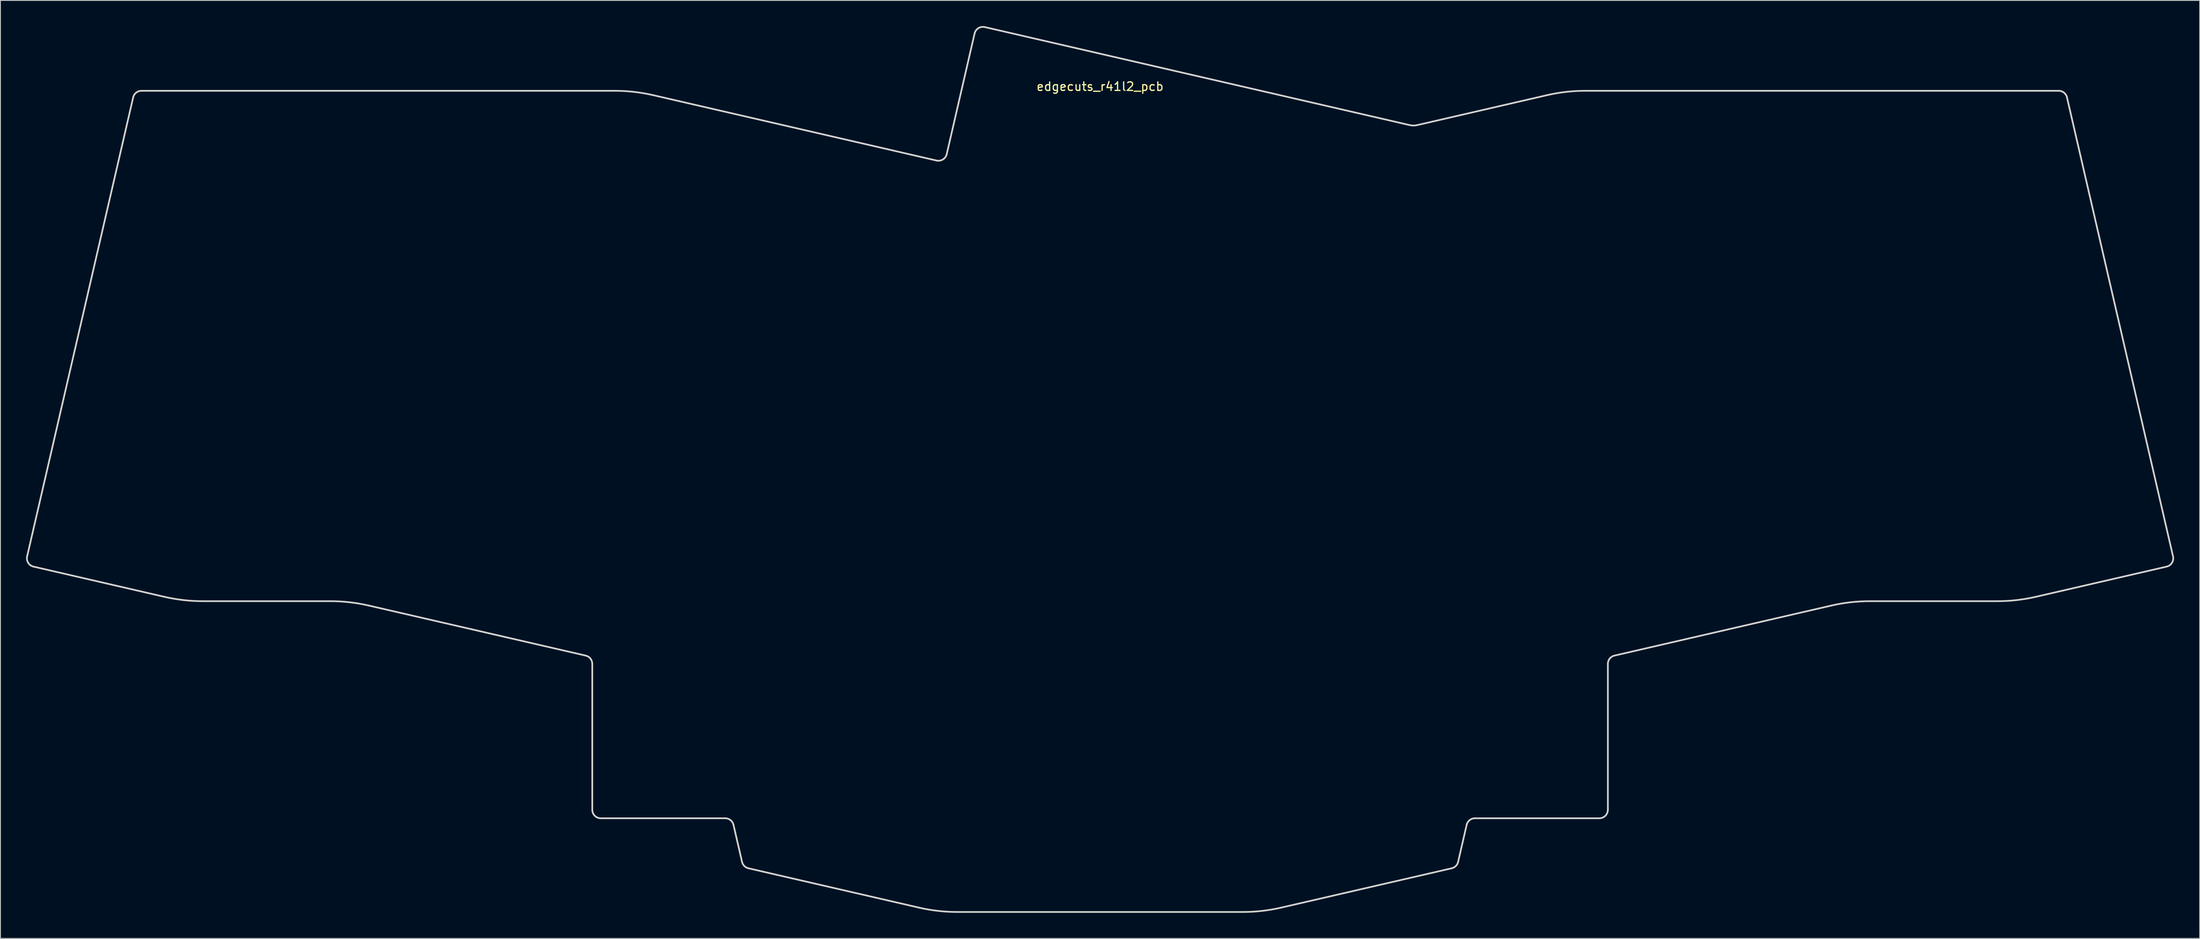
<source format=kicad_pcb>
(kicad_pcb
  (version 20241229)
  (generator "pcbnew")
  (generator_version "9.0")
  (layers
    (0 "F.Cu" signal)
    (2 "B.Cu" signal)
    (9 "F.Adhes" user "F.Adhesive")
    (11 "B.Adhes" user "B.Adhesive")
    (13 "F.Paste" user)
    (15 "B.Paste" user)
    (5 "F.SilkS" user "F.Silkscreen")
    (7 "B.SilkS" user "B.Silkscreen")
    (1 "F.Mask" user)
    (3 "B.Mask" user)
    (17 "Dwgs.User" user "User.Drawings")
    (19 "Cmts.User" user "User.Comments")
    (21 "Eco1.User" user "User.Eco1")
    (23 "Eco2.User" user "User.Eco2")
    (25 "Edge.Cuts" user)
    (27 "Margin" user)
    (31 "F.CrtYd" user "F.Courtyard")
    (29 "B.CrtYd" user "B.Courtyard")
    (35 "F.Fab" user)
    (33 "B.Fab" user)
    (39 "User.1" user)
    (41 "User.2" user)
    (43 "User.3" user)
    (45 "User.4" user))
  (footprint "edgecuts_r41l2_pcb"
    (layer "F.Cu")
    (at 125.775 7.591)
    (property "Reference" "edgecuts_r41l2_pcb" (at 0 -0.5 180) (layer "F.SilkS") (effects (font (size 1 1) (thickness 0.15))))
    (attr through_hole)
    (fp_line (start -124.9 55.764) (end -109.581 59.301) (stroke (width 0.2) (type solid)) (layer "Edge.Cuts"))
    (fp_line (start -113.231 0.775) (end -125.649 54.565) (stroke (width 0.2) (type solid)) (layer "Edge.Cuts"))
    (fp_line (start -105.082 59.813) (end -90.14 59.813) (stroke (width 0.2) (type solid)) (layer "Edge.Cuts"))
    (fp_line (start -85.641 60.326) (end -60.241 66.19) (stroke (width 0.2) (type solid)) (layer "Edge.Cuts"))
    (fp_line (start -59.466 67.164) (end -59.466 84.253) (stroke (width 0.2) (type solid)) (layer "Edge.Cuts"))
    (fp_line (start -58.466 85.253) (end -43.904 85.253) (stroke (width 0.2) (type solid)) (layer "Edge.Cuts"))
    (fp_line (start -56.831 0) (end -112.256 0) (stroke (width 0.2) (type solid)) (layer "Edge.Cuts"))
    (fp_line (start -42.929 86.028) (end -41.928 90.367) (stroke (width 0.2) (type solid)) (layer "Edge.Cuts"))
    (fp_line (start -41.178 91.117) (end -21.22 95.724) (stroke (width 0.2) (type solid)) (layer "Edge.Cuts"))
    (fp_line (start -19.158 8.172) (end -52.332 0.513) (stroke (width 0.2) (type solid)) (layer "Edge.Cuts"))
    (fp_line (start -16.721 96.237) (end 16.721 96.237) (stroke (width 0.2) (type solid)) (layer "Edge.Cuts"))
    (fp_line (start -14.694 -6.716) (end -17.958 7.422) (stroke (width 0.2) (type solid)) (layer "Edge.Cuts"))
    (fp_line (start 21.22 95.724) (end 41.178 91.117) (stroke (width 0.2) (type solid)) (layer "Edge.Cuts"))
    (fp_line (start 36.247 4.018) (end -13.495 -7.465) (stroke (width 0.2) (type solid)) (layer "Edge.Cuts"))
    (fp_line (start 41.928 90.367) (end 42.929 86.028) (stroke (width 0.2) (type solid)) (layer "Edge.Cuts"))
    (fp_line (start 43.904 85.253) (end 58.466 85.253) (stroke (width 0.2) (type solid)) (layer "Edge.Cuts"))
    (fp_line (start 52.332 0.513) (end 37.147 4.018) (stroke (width 0.2) (type solid)) (layer "Edge.Cuts"))
    (fp_line (start 59.466 84.253) (end 59.466 67.164) (stroke (width 0.2) (type solid)) (layer "Edge.Cuts"))
    (fp_line (start 60.241 66.19) (end 85.641 60.326) (stroke (width 0.2) (type solid)) (layer "Edge.Cuts"))
    (fp_line (start 90.14 59.813) (end 105.082 59.813) (stroke (width 0.2) (type solid)) (layer "Edge.Cuts"))
    (fp_line (start 109.581 59.301) (end 124.9 55.764) (stroke (width 0.2) (type solid)) (layer "Edge.Cuts"))
    (fp_line (start 112.256 0) (end 56.831 0) (stroke (width 0.2) (type solid)) (layer "Edge.Cuts"))
    (fp_line (start 125.649 54.565) (end 113.231 0.775) (stroke (width 0.2) (type solid)) (layer "Edge.Cuts"))
    (fp_arc (start -124.89952 55.764045) (mid -125.522618 55.319594) (end -125.64894 54.564723) (stroke (width 0.2) (type solid)) (layer "Edge.Cuts"))
    (fp_arc (start -113.230614 0.775048) (mid -112.878759 0.217392) (end -112.256245 0) (stroke (width 0.2) (type solid)) (layer "Edge.Cuts"))
    (fp_arc (start -105.082147 59.813164) (mid -107.346211 59.684601) (end -109.581168 59.300565) (stroke (width 0.2) (type solid)) (layer "Edge.Cuts"))
    (fp_arc (start -90.139793 59.813163) (mid -87.875729 59.941726) (end -85.640772 60.325762) (stroke (width 0.2) (type solid)) (layer "Edge.Cuts"))
    (fp_arc (start -60.240908 66.189783) (mid -59.683251 66.541638) (end -59.465859 67.164153) (stroke (width 0.2) (type solid)) (layer "Edge.Cuts"))
    (fp_arc (start -58.465859 85.253334) (mid -59.172966 84.960441) (end -59.465859 84.253334) (stroke (width 0.2) (type solid)) (layer "Edge.Cuts"))
    (fp_arc (start -56.831058 -0.000001) (mid -54.566994 0.128562) (end -52.332037 0.512598) (stroke (width 0.2) (type solid)) (layer "Edge.Cuts"))
    (fp_arc (start -43.903779 85.253334) (mid -43.281264 85.470726) (end -42.929409 86.028383) (stroke (width 0.2) (type solid)) (layer "Edge.Cuts"))
    (fp_arc (start -41.178247 91.116827) (mid -41.660403 90.849564) (end -41.927666 90.367408) (stroke (width 0.2) (type solid)) (layer "Edge.Cuts"))
    (fp_arc (start -17.958243 7.42211) (mid -18.402694 8.045207) (end -19.157564 8.171529) (stroke (width 0.2) (type solid)) (layer "Edge.Cuts"))
    (fp_arc (start -16.721287 96.237079) (mid -18.985351 96.108516) (end -21.220308 95.72448) (stroke (width 0.2) (type solid)) (layer "Edge.Cuts"))
    (fp_arc (start -14.694203 -6.715999) (mid -14.249752 -7.339096) (end -13.494882 -7.465418) (stroke (width 0.2) (type solid)) (layer "Edge.Cuts"))
    (fp_arc (start 21.220308 95.72448) (mid 18.985351 96.108516) (end 16.721287 96.237079) (stroke (width 0.2) (type solid)) (layer "Edge.Cuts"))
    (fp_arc (start 37.146773 4.018393) (mid 36.696871 4.069653) (end 36.246969 4.018393) (stroke (width 0.2) (type solid)) (layer "Edge.Cuts"))
    (fp_arc (start 41.927666 90.367408) (mid 41.660403 90.849564) (end 41.178247 91.116827) (stroke (width 0.2) (type solid)) (layer "Edge.Cuts"))
    (fp_arc (start 42.929409 86.028383) (mid 43.281264 85.470726) (end 43.903779 85.253334) (stroke (width 0.2) (type solid)) (layer "Edge.Cuts"))
    (fp_arc (start 52.332038 0.512599) (mid 54.566995 0.128563) (end 56.831059 0) (stroke (width 0.2) (type solid)) (layer "Edge.Cuts"))
    (fp_arc (start 59.465859 67.164153) (mid 59.683251 66.541638) (end 60.240908 66.189783) (stroke (width 0.2) (type solid)) (layer "Edge.Cuts"))
    (fp_arc (start 59.465859 84.253334) (mid 59.172966 84.960441) (end 58.465859 85.253334) (stroke (width 0.2) (type solid)) (layer "Edge.Cuts"))
    (fp_arc (start 85.640773 60.325762) (mid 87.87573 59.941726) (end 90.139794 59.813163) (stroke (width 0.2) (type solid)) (layer "Edge.Cuts"))
    (fp_arc (start 109.581168 59.300564) (mid 107.346211 59.6846) (end 105.082147 59.813163) (stroke (width 0.2) (type solid)) (layer "Edge.Cuts"))
    (fp_arc (start 112.256245 -0.000001) (mid 112.87876 0.217391) (end 113.230615 0.775048) (stroke (width 0.2) (type solid)) (layer "Edge.Cuts"))
    (fp_arc (start 125.648939 54.564722) (mid 125.522618 55.319593) (end 124.899521 55.764044) (stroke (width 0.2) (type solid)) (layer "Edge.Cuts")))
  (gr_rect
    (start -3 -3)
    (end 254.549 106.928)
    (stroke (width 0.1) (type default))
    (fill no)
    (layer "Edge.Cuts")))
</source>
